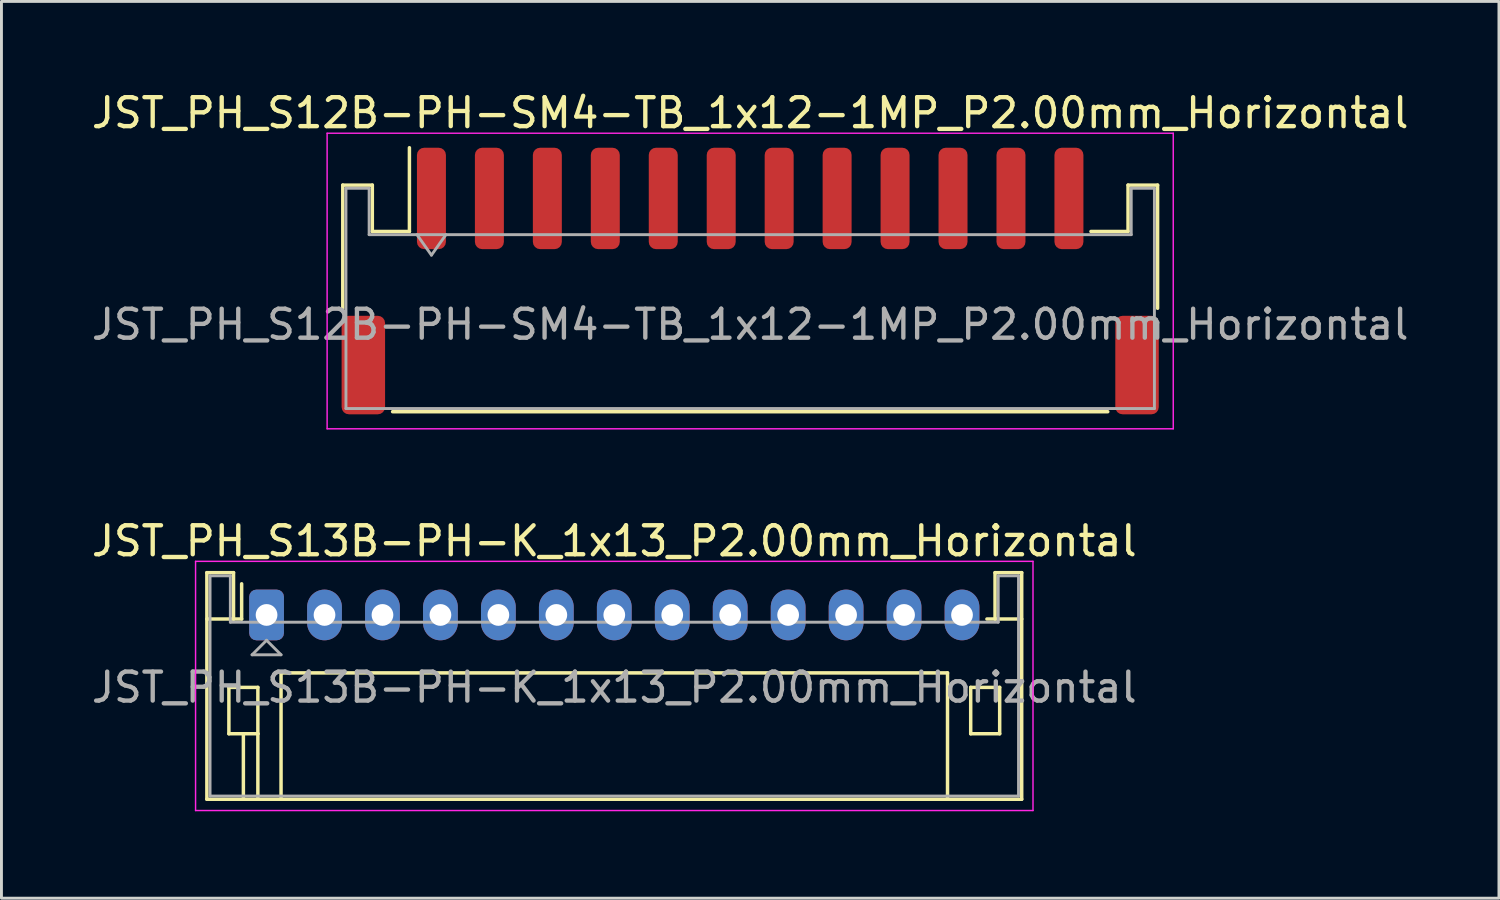
<source format=kicad_pcb>
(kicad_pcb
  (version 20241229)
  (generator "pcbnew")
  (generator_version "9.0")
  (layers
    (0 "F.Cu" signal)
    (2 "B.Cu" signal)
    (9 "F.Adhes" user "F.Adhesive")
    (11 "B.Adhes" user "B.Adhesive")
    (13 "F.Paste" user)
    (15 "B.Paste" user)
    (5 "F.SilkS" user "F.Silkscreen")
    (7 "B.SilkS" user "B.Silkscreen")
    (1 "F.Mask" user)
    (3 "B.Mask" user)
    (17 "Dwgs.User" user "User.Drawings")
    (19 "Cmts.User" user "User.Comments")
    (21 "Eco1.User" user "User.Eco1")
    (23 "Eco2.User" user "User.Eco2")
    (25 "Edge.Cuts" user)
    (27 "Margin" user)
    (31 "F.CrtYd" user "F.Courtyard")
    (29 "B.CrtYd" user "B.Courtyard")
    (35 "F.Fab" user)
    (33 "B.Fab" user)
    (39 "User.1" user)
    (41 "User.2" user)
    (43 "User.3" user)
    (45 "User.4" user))
  (footprint "JST_PH_S12B-PH-SM4-TB_1x12-1MP_P2.00mm_Horizontal"
    (layer "F.Cu")
    (at 22.839 6.648)
    (property "Reference" "JST_PH_S12B-PH-SM4-TB_1x12-1MP_P2.00mm_Horizontal" (at 0 -5.8 0) (layer "F.SilkS") (effects (font (size 1 1) (thickness 0.15))))
    (attr smd)
    (fp_line (start -14.06 -3.31) (end -13.04 -3.31) (stroke (width 0.12) (type solid)) (layer "F.SilkS"))
    (fp_line (start -14.06 0.94) (end -14.06 -3.31) (stroke (width 0.12) (type solid)) (layer "F.SilkS"))
    (fp_line (start -13.04 -3.31) (end -13.04 -1.71) (stroke (width 0.12) (type solid)) (layer "F.SilkS"))
    (fp_line (start -13.04 -1.71) (end -11.76 -1.71) (stroke (width 0.12) (type solid)) (layer "F.SilkS"))
    (fp_line (start -12.34 4.51) (end 12.34 4.51) (stroke (width 0.12) (type solid)) (layer "F.SilkS"))
    (fp_line (start -11.76 -1.71) (end -11.76 -4.6) (stroke (width 0.12) (type solid)) (layer "F.SilkS"))
    (fp_line (start 13.04 -3.31) (end 13.04 -1.71) (stroke (width 0.12) (type solid)) (layer "F.SilkS"))
    (fp_line (start 13.04 -1.71) (end 11.76 -1.71) (stroke (width 0.12) (type solid)) (layer "F.SilkS"))
    (fp_line (start 14.06 -3.31) (end 13.04 -3.31) (stroke (width 0.12) (type solid)) (layer "F.SilkS"))
    (fp_line (start 14.06 0.94) (end 14.06 -3.31) (stroke (width 0.12) (type solid)) (layer "F.SilkS"))
    (fp_line (start -14.6 -5.1) (end -14.6 5.1) (stroke (width 0.05) (type solid)) (layer "F.CrtYd"))
    (fp_line (start -14.6 5.1) (end 14.6 5.1) (stroke (width 0.05) (type solid)) (layer "F.CrtYd"))
    (fp_line (start 14.6 -5.1) (end -14.6 -5.1) (stroke (width 0.05) (type solid)) (layer "F.CrtYd"))
    (fp_line (start 14.6 5.1) (end 14.6 -5.1) (stroke (width 0.05) (type solid)) (layer "F.CrtYd"))
    (fp_line (start -13.95 -3.2) (end -13.95 4.4) (stroke (width 0.1) (type solid)) (layer "F.Fab"))
    (fp_line (start -13.95 -3.2) (end -13.15 -3.2) (stroke (width 0.1) (type solid)) (layer "F.Fab"))
    (fp_line (start -13.95 4.4) (end 13.95 4.4) (stroke (width 0.1) (type solid)) (layer "F.Fab"))
    (fp_line (start -13.15 -3.2) (end -13.15 -1.6) (stroke (width 0.1) (type solid)) (layer "F.Fab"))
    (fp_line (start -13.15 -1.6) (end 13.15 -1.6) (stroke (width 0.1) (type solid)) (layer "F.Fab"))
    (fp_line (start -11.5 -1.6) (end -11 -0.893) (stroke (width 0.1) (type solid)) (layer "F.Fab"))
    (fp_line (start -11 -0.893) (end -10.5 -1.6) (stroke (width 0.1) (type solid)) (layer "F.Fab"))
    (fp_line (start 13.15 -3.2) (end 13.95 -3.2) (stroke (width 0.1) (type solid)) (layer "F.Fab"))
    (fp_line (start 13.15 -1.6) (end 13.15 -3.2) (stroke (width 0.1) (type solid)) (layer "F.Fab"))
    (fp_line (start 13.95 -3.2) (end 13.95 4.4) (stroke (width 0.1) (type solid)) (layer "F.Fab"))
    (fp_text user "${REFERENCE}" (at 0 1.5 0) (layer "F.Fab") (effects (font (size 1 1) (thickness 0.15))))
    (pad "1" smd roundrect (at -11 -2.85) (size 1 3.5) (layers "F.Cu" "F.Mask" "F.Paste") (roundrect_rratio 0.25))
    (pad "2" smd roundrect (at -9 -2.85) (size 1 3.5) (layers "F.Cu" "F.Mask" "F.Paste") (roundrect_rratio 0.25))
    (pad "3" smd roundrect (at -7 -2.85) (size 1 3.5) (layers "F.Cu" "F.Mask" "F.Paste") (roundrect_rratio 0.25))
    (pad "4" smd roundrect (at -5 -2.85) (size 1 3.5) (layers "F.Cu" "F.Mask" "F.Paste") (roundrect_rratio 0.25))
    (pad "5" smd roundrect (at -3 -2.85) (size 1 3.5) (layers "F.Cu" "F.Mask" "F.Paste") (roundrect_rratio 0.25))
    (pad "6" smd roundrect (at -1 -2.85) (size 1 3.5) (layers "F.Cu" "F.Mask" "F.Paste") (roundrect_rratio 0.25))
    (pad "7" smd roundrect (at 1 -2.85) (size 1 3.5) (layers "F.Cu" "F.Mask" "F.Paste") (roundrect_rratio 0.25))
    (pad "8" smd roundrect (at 3 -2.85) (size 1 3.5) (layers "F.Cu" "F.Mask" "F.Paste") (roundrect_rratio 0.25))
    (pad "9" smd roundrect (at 5 -2.85) (size 1 3.5) (layers "F.Cu" "F.Mask" "F.Paste") (roundrect_rratio 0.25))
    (pad "10" smd roundrect (at 7 -2.85) (size 1 3.5) (layers "F.Cu" "F.Mask" "F.Paste") (roundrect_rratio 0.25))
    (pad "11" smd roundrect (at 9 -2.85) (size 1 3.5) (layers "F.Cu" "F.Mask" "F.Paste") (roundrect_rratio 0.25))
    (pad "12" smd roundrect (at 11 -2.85) (size 1 3.5) (layers "F.Cu" "F.Mask" "F.Paste") (roundrect_rratio 0.25))
    (pad "MP" smd roundrect (at -13.35 2.9) (size 1.5 3.4) (layers "F.Cu" "F.Mask" "F.Paste") (roundrect_rratio 0.167))
    (pad "MP" smd roundrect (at 13.35 2.9) (size 1.5 3.4) (layers "F.Cu" "F.Mask" "F.Paste") (roundrect_rratio 0.167)))
  (footprint "JST_PH_S13B-PH-K_1x13_P2.00mm_Horizontal"
    (layer "F.Cu")
    (at 6.149 18.172)
    (property "Reference" "JST_PH_S13B-PH-K_1x13_P2.00mm_Horizontal" (at 12 -2.55 0) (layer "F.SilkS") (effects (font (size 1 1) (thickness 0.15))))
    (attr through_hole)
    (fp_line (start -2.06 -1.46) (end -2.06 6.36) (stroke (width 0.12) (type solid)) (layer "F.SilkS"))
    (fp_line (start -2.06 0.14) (end -1.14 0.14) (stroke (width 0.12) (type solid)) (layer "F.SilkS"))
    (fp_line (start -2.06 6.36) (end 26.06 6.36) (stroke (width 0.12) (type solid)) (layer "F.SilkS"))
    (fp_line (start -1.3 2.5) (end -1.3 4.1) (stroke (width 0.12) (type solid)) (layer "F.SilkS"))
    (fp_line (start -1.3 4.1) (end -0.3 4.1) (stroke (width 0.12) (type solid)) (layer "F.SilkS"))
    (fp_line (start -1.14 -1.46) (end -2.06 -1.46) (stroke (width 0.12) (type solid)) (layer "F.SilkS"))
    (fp_line (start -1.14 0.14) (end -1.14 -1.46) (stroke (width 0.12) (type solid)) (layer "F.SilkS"))
    (fp_line (start -0.86 0.14) (end -1.14 0.14) (stroke (width 0.12) (type solid)) (layer "F.SilkS"))
    (fp_line (start -0.86 0.14) (end -0.86 -1.075) (stroke (width 0.12) (type solid)) (layer "F.SilkS"))
    (fp_line (start -0.8 4.1) (end -0.8 6.36) (stroke (width 0.12) (type solid)) (layer "F.SilkS"))
    (fp_line (start -0.3 2.5) (end -1.3 2.5) (stroke (width 0.12) (type solid)) (layer "F.SilkS"))
    (fp_line (start -0.3 4.1) (end -0.3 2.5) (stroke (width 0.12) (type solid)) (layer "F.SilkS"))
    (fp_line (start -0.3 4.1) (end -0.3 6.36) (stroke (width 0.12) (type solid)) (layer "F.SilkS"))
    (fp_line (start 0.5 2) (end 23.5 2) (stroke (width 0.12) (type solid)) (layer "F.SilkS"))
    (fp_line (start 0.5 6.36) (end 0.5 2) (stroke (width 0.12) (type solid)) (layer "F.SilkS"))
    (fp_line (start 23.5 2) (end 23.5 6.36) (stroke (width 0.12) (type solid)) (layer "F.SilkS"))
    (fp_line (start 24.3 2.5) (end 25.3 2.5) (stroke (width 0.12) (type solid)) (layer "F.SilkS"))
    (fp_line (start 24.3 4.1) (end 24.3 2.5) (stroke (width 0.12) (type solid)) (layer "F.SilkS"))
    (fp_line (start 25.14 -1.46) (end 25.14 0.14) (stroke (width 0.12) (type solid)) (layer "F.SilkS"))
    (fp_line (start 25.14 0.14) (end 24.86 0.14) (stroke (width 0.12) (type solid)) (layer "F.SilkS"))
    (fp_line (start 25.3 2.5) (end 25.3 4.1) (stroke (width 0.12) (type solid)) (layer "F.SilkS"))
    (fp_line (start 25.3 4.1) (end 24.3 4.1) (stroke (width 0.12) (type solid)) (layer "F.SilkS"))
    (fp_line (start 26.06 -1.46) (end 25.14 -1.46) (stroke (width 0.12) (type solid)) (layer "F.SilkS"))
    (fp_line (start 26.06 0.14) (end 25.14 0.14) (stroke (width 0.12) (type solid)) (layer "F.SilkS"))
    (fp_line (start 26.06 6.36) (end 26.06 -1.46) (stroke (width 0.12) (type solid)) (layer "F.SilkS"))
    (fp_line (start -2.45 -1.85) (end -2.45 6.75) (stroke (width 0.05) (type solid)) (layer "F.CrtYd"))
    (fp_line (start -2.45 6.75) (end 26.45 6.75) (stroke (width 0.05) (type solid)) (layer "F.CrtYd"))
    (fp_line (start 26.45 -1.85) (end -2.45 -1.85) (stroke (width 0.05) (type solid)) (layer "F.CrtYd"))
    (fp_line (start 26.45 6.75) (end 26.45 -1.85) (stroke (width 0.05) (type solid)) (layer "F.CrtYd"))
    (fp_line (start -1.95 -1.35) (end -1.95 6.25) (stroke (width 0.1) (type solid)) (layer "F.Fab"))
    (fp_line (start -1.95 6.25) (end 25.95 6.25) (stroke (width 0.1) (type solid)) (layer "F.Fab"))
    (fp_line (start -1.25 -1.35) (end -1.95 -1.35) (stroke (width 0.1) (type solid)) (layer "F.Fab"))
    (fp_line (start -1.25 0.25) (end -1.25 -1.35) (stroke (width 0.1) (type solid)) (layer "F.Fab"))
    (fp_line (start -0.5 1.375) (end 0.5 1.375) (stroke (width 0.1) (type solid)) (layer "F.Fab"))
    (fp_line (start 0 0.875) (end -0.5 1.375) (stroke (width 0.1) (type solid)) (layer "F.Fab"))
    (fp_line (start 0.5 1.375) (end 0 0.875) (stroke (width 0.1) (type solid)) (layer "F.Fab"))
    (fp_line (start 25.25 -1.35) (end 25.25 0.25) (stroke (width 0.1) (type solid)) (layer "F.Fab"))
    (fp_line (start 25.25 0.25) (end -1.25 0.25) (stroke (width 0.1) (type solid)) (layer "F.Fab"))
    (fp_line (start 25.95 -1.35) (end 25.25 -1.35) (stroke (width 0.1) (type solid)) (layer "F.Fab"))
    (fp_line (start 25.95 6.25) (end 25.95 -1.35) (stroke (width 0.1) (type solid)) (layer "F.Fab"))
    (fp_text user "${REFERENCE}" (at 12 2.5 0) (layer "F.Fab") (effects (font (size 1 1) (thickness 0.15))))
    (pad "1" thru_hole roundrect (at 0 0) (size 1.2 1.75) (drill 0.75) (layers "*.Cu" "*.Mask") (roundrect_rratio 0.208))
    (pad "2" thru_hole oval (at 2 0) (size 1.2 1.75) (drill 0.75) (layers "*.Cu" "*.Mask"))
    (pad "3" thru_hole oval (at 4 0) (size 1.2 1.75) (drill 0.75) (layers "*.Cu" "*.Mask"))
    (pad "4" thru_hole oval (at 6 0) (size 1.2 1.75) (drill 0.75) (layers "*.Cu" "*.Mask"))
    (pad "5" thru_hole oval (at 8 0) (size 1.2 1.75) (drill 0.75) (layers "*.Cu" "*.Mask"))
    (pad "6" thru_hole oval (at 10 0) (size 1.2 1.75) (drill 0.75) (layers "*.Cu" "*.Mask"))
    (pad "7" thru_hole oval (at 12 0) (size 1.2 1.75) (drill 0.75) (layers "*.Cu" "*.Mask"))
    (pad "8" thru_hole oval (at 14 0) (size 1.2 1.75) (drill 0.75) (layers "*.Cu" "*.Mask"))
    (pad "9" thru_hole oval (at 16 0) (size 1.2 1.75) (drill 0.75) (layers "*.Cu" "*.Mask"))
    (pad "10" thru_hole oval (at 18 0) (size 1.2 1.75) (drill 0.75) (layers "*.Cu" "*.Mask"))
    (pad "11" thru_hole oval (at 20 0) (size 1.2 1.75) (drill 0.75) (layers "*.Cu" "*.Mask"))
    (pad "12" thru_hole oval (at 22 0) (size 1.2 1.75) (drill 0.75) (layers "*.Cu" "*.Mask"))
    (pad "13" thru_hole oval (at 24 0) (size 1.2 1.75) (drill 0.75) (layers "*.Cu" "*.Mask")))
  (gr_rect
    (start -3 -3)
    (end 48.679 27.947)
    (stroke (width 0.1) (type default))
    (fill no)
    (layer "Edge.Cuts")))
</source>
